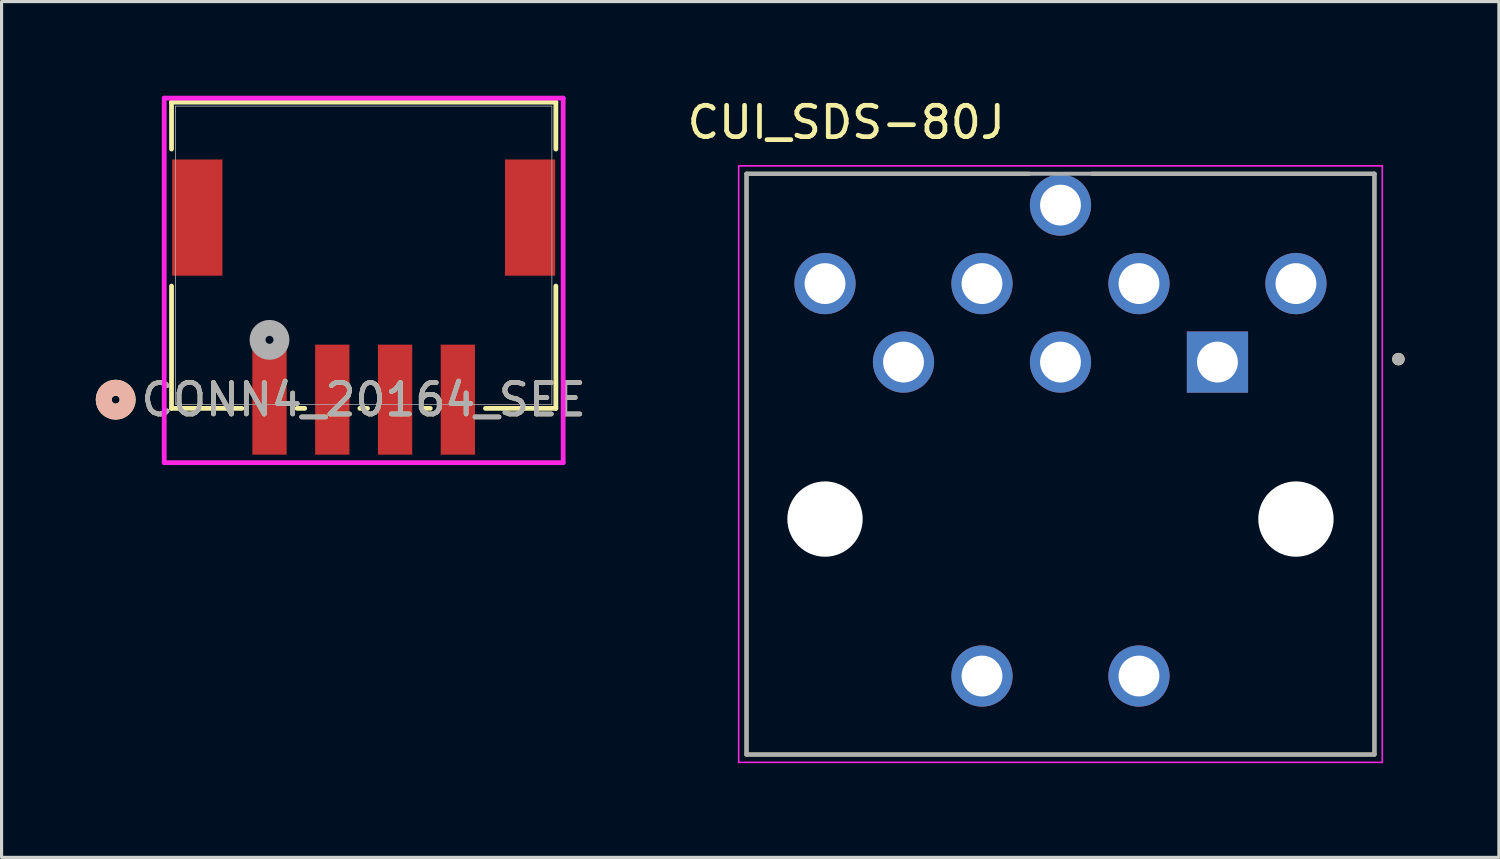
<source format=kicad_pcb>
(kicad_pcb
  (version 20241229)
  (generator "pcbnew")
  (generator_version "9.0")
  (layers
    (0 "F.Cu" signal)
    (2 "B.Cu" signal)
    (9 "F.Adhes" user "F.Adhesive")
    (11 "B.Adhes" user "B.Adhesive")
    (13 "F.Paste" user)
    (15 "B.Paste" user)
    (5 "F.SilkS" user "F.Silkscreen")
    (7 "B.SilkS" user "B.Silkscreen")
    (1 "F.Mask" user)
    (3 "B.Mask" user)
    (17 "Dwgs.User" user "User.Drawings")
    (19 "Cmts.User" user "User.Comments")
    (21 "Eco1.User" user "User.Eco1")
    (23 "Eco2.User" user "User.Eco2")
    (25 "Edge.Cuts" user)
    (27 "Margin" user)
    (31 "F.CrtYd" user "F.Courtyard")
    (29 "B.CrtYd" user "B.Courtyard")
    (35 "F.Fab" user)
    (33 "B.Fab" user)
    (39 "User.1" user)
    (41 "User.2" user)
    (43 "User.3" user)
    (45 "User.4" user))
  (footprint "CONN4_20164_SEE"
    (layer "F.Cu")
    (at 5.534 9.68)
    (property "Reference" "CONN4_20164_SEE" (at 3 0 0) (unlocked yes) (layer "F.SilkS") (effects (font (size 1 1) (thickness 0.15))))
    (attr smd)
    (fp_line (start -3.121 -9.477) (end -3.121 -7.982) (stroke (width 0.152) (type solid)) (layer "F.SilkS"))
    (fp_line (start -3.121 -3.618) (end -3.121 0.277) (stroke (width 0.152) (type solid)) (layer "F.SilkS"))
    (fp_line (start -3.121 0.277) (end -0.879 0.277) (stroke (width 0.152) (type solid)) (layer "F.SilkS"))
    (fp_line (start 0.879 0.277) (end 1.121 0.277) (stroke (width 0.152) (type solid)) (layer "F.SilkS"))
    (fp_line (start 2.879 0.277) (end 3.121 0.277) (stroke (width 0.152) (type solid)) (layer "F.SilkS"))
    (fp_line (start 4.879 0.277) (end 5.121 0.277) (stroke (width 0.152) (type solid)) (layer "F.SilkS"))
    (fp_line (start 6.879 0.277) (end 9.121 0.277) (stroke (width 0.152) (type solid)) (layer "F.SilkS"))
    (fp_line (start 9.121 -9.477) (end -3.121 -9.477) (stroke (width 0.152) (type solid)) (layer "F.SilkS"))
    (fp_line (start 9.121 -7.982) (end 9.121 -9.477) (stroke (width 0.152) (type solid)) (layer "F.SilkS"))
    (fp_line (start 9.121 0.277) (end 9.121 -3.618) (stroke (width 0.152) (type solid)) (layer "F.SilkS"))
    (fp_circle (center -4.899 0) (end -4.518 0) (stroke (width 0.508) (type solid)) (fill no) (layer "F.SilkS"))
    (fp_circle (center -4.899 0) (end -4.518 0) (stroke (width 0.508) (type solid)) (fill no) (layer "B.SilkS"))
    (fp_line (start -3.354 -9.604) (end -3.354 2.007) (stroke (width 0.152) (type solid)) (layer "F.CrtYd"))
    (fp_line (start -3.354 2.007) (end 9.354 2.007) (stroke (width 0.152) (type solid)) (layer "F.CrtYd"))
    (fp_line (start 9.354 -9.604) (end -3.354 -9.604) (stroke (width 0.152) (type solid)) (layer "F.CrtYd"))
    (fp_line (start 9.354 2.007) (end 9.354 -9.604) (stroke (width 0.152) (type solid)) (layer "F.CrtYd"))
    (fp_line (start -2.994 -9.35) (end -2.994 0.15) (stroke (width 0.025) (type solid)) (layer "F.Fab"))
    (fp_line (start -2.994 0.15) (end 8.994 0.15) (stroke (width 0.025) (type solid)) (layer "F.Fab"))
    (fp_line (start 8.994 -9.35) (end -2.994 -9.35) (stroke (width 0.025) (type solid)) (layer "F.Fab"))
    (fp_line (start 8.994 0.15) (end 8.994 -9.35) (stroke (width 0.025) (type solid)) (layer "F.Fab"))
    (fp_circle (center 0 -1.905) (end 0.381 -1.905) (stroke (width 0.508) (type solid)) (fill no) (layer "F.Fab"))
    (fp_text user "${REFERENCE}" (at 3 0 0) (unlocked yes) (layer "F.Fab") (effects (font (size 1 1) (thickness 0.15))))
    (pad "1" smd rect (at 0 0) (size 1.092 3.505) (layers "F.Cu" "F.Mask" "F.Paste"))
    (pad "2" smd rect (at 2 0) (size 1.092 3.505) (layers "F.Cu" "F.Mask" "F.Paste"))
    (pad "3" smd rect (at 4 0) (size 1.092 3.505) (layers "F.Cu" "F.Mask" "F.Paste"))
    (pad "4" smd rect (at 6 0) (size 1.092 3.505) (layers "F.Cu" "F.Mask" "F.Paste"))
    (pad "5" smd rect (at -2.3 -5.8) (size 1.6 3.7) (layers "F.Cu" "F.Mask" "F.Paste"))
    (pad "6" smd rect (at 8.3 -5.8) (size 1.6 3.7) (layers "F.Cu" "F.Mask" "F.Paste")))
  (footprint "CUI_SDS-80J"
    (layer "F.Cu")
    (at 30.728 13.483)
    (property "Reference" "CUI_SDS-80J" (at -6.825 -12.635 0) (layer "F.SilkS") (effects (font (size 1 1) (thickness 0.15))))
    (attr through_hole)
    (fp_line (start -10 -11) (end -1 -11) (stroke (width 0.127) (type solid)) (layer "F.SilkS"))
    (fp_line (start -10 7.5) (end -10 -11) (stroke (width 0.127) (type solid)) (layer "F.SilkS"))
    (fp_line (start -10 7.5) (end 10 7.5) (stroke (width 0.127) (type solid)) (layer "F.SilkS"))
    (fp_line (start 1 -11) (end 10 -11) (stroke (width 0.127) (type solid)) (layer "F.SilkS"))
    (fp_line (start 10 -11) (end 10 7.5) (stroke (width 0.127) (type solid)) (layer "F.SilkS"))
    (fp_circle (center 10.764 -5.094) (end 10.864 -5.094) (stroke (width 0.2) (type solid)) (fill no) (layer "F.SilkS"))
    (fp_line (start -10.25 -11.25) (end 10.25 -11.25) (stroke (width 0.05) (type solid)) (layer "F.CrtYd"))
    (fp_line (start -10.25 7.75) (end -10.25 -11.25) (stroke (width 0.05) (type solid)) (layer "F.CrtYd"))
    (fp_line (start 10.25 -11.25) (end 10.25 7.75) (stroke (width 0.05) (type solid)) (layer "F.CrtYd"))
    (fp_line (start 10.25 7.75) (end -10.25 7.75) (stroke (width 0.05) (type solid)) (layer "F.CrtYd"))
    (fp_line (start -10 -11) (end 10 -11) (stroke (width 0.127) (type solid)) (layer "F.Fab"))
    (fp_line (start -10 7.5) (end -10 -11) (stroke (width 0.127) (type solid)) (layer "F.Fab"))
    (fp_line (start 10 -11) (end 10 7.5) (stroke (width 0.127) (type solid)) (layer "F.Fab"))
    (fp_line (start 10 7.5) (end -10 7.5) (stroke (width 0.127) (type solid)) (layer "F.Fab"))
    (fp_circle (center 10.764 -5.094) (end 10.864 -5.094) (stroke (width 0.2) (type solid)) (fill no) (layer "F.Fab"))
    (pad "" np_thru_hole circle (at -7.5 0) (size 2.4 2.4) (drill 2.4) (layers "*.Cu" "*.Mask"))
    (pad "" np_thru_hole circle (at 7.5 0) (size 2.4 2.4) (drill 2.4) (layers "*.Cu" "*.Mask"))
    (pad "1" thru_hole rect (at 5 -5) (size 1.95 1.95) (drill 1.3) (layers "*.Cu" "*.Mask"))
    (pad "2" thru_hole circle (at 0 -5) (size 1.95 1.95) (drill 1.3) (layers "*.Cu" "*.Mask"))
    (pad "3" thru_hole circle (at -5 -5) (size 1.95 1.95) (drill 1.3) (layers "*.Cu" "*.Mask"))
    (pad "4" thru_hole circle (at 2.5 -7.5) (size 1.95 1.95) (drill 1.3) (layers "*.Cu" "*.Mask"))
    (pad "5" thru_hole circle (at -2.5 -7.5) (size 1.95 1.95) (drill 1.3) (layers "*.Cu" "*.Mask"))
    (pad "6" thru_hole circle (at 7.5 -7.5) (size 1.95 1.95) (drill 1.3) (layers "*.Cu" "*.Mask"))
    (pad "7" thru_hole circle (at -7.5 -7.5) (size 1.95 1.95) (drill 1.3) (layers "*.Cu" "*.Mask"))
    (pad "7" thru_hole circle (at -2.5 5) (size 1.95 1.95) (drill 1.3) (layers "*.Cu" "*.Mask"))
    (pad "7" thru_hole circle (at 2.5 5) (size 1.95 1.95) (drill 1.3) (layers "*.Cu" "*.Mask"))
    (pad "8" thru_hole circle (at 0 -10) (size 1.95 1.95) (drill 1.3) (layers "*.Cu" "*.Mask")))
  (gr_rect
    (start -3 -3)
    (end 44.692 24.258)
    (stroke (width 0.1) (type default))
    (fill no)
    (layer "Edge.Cuts")))
</source>
